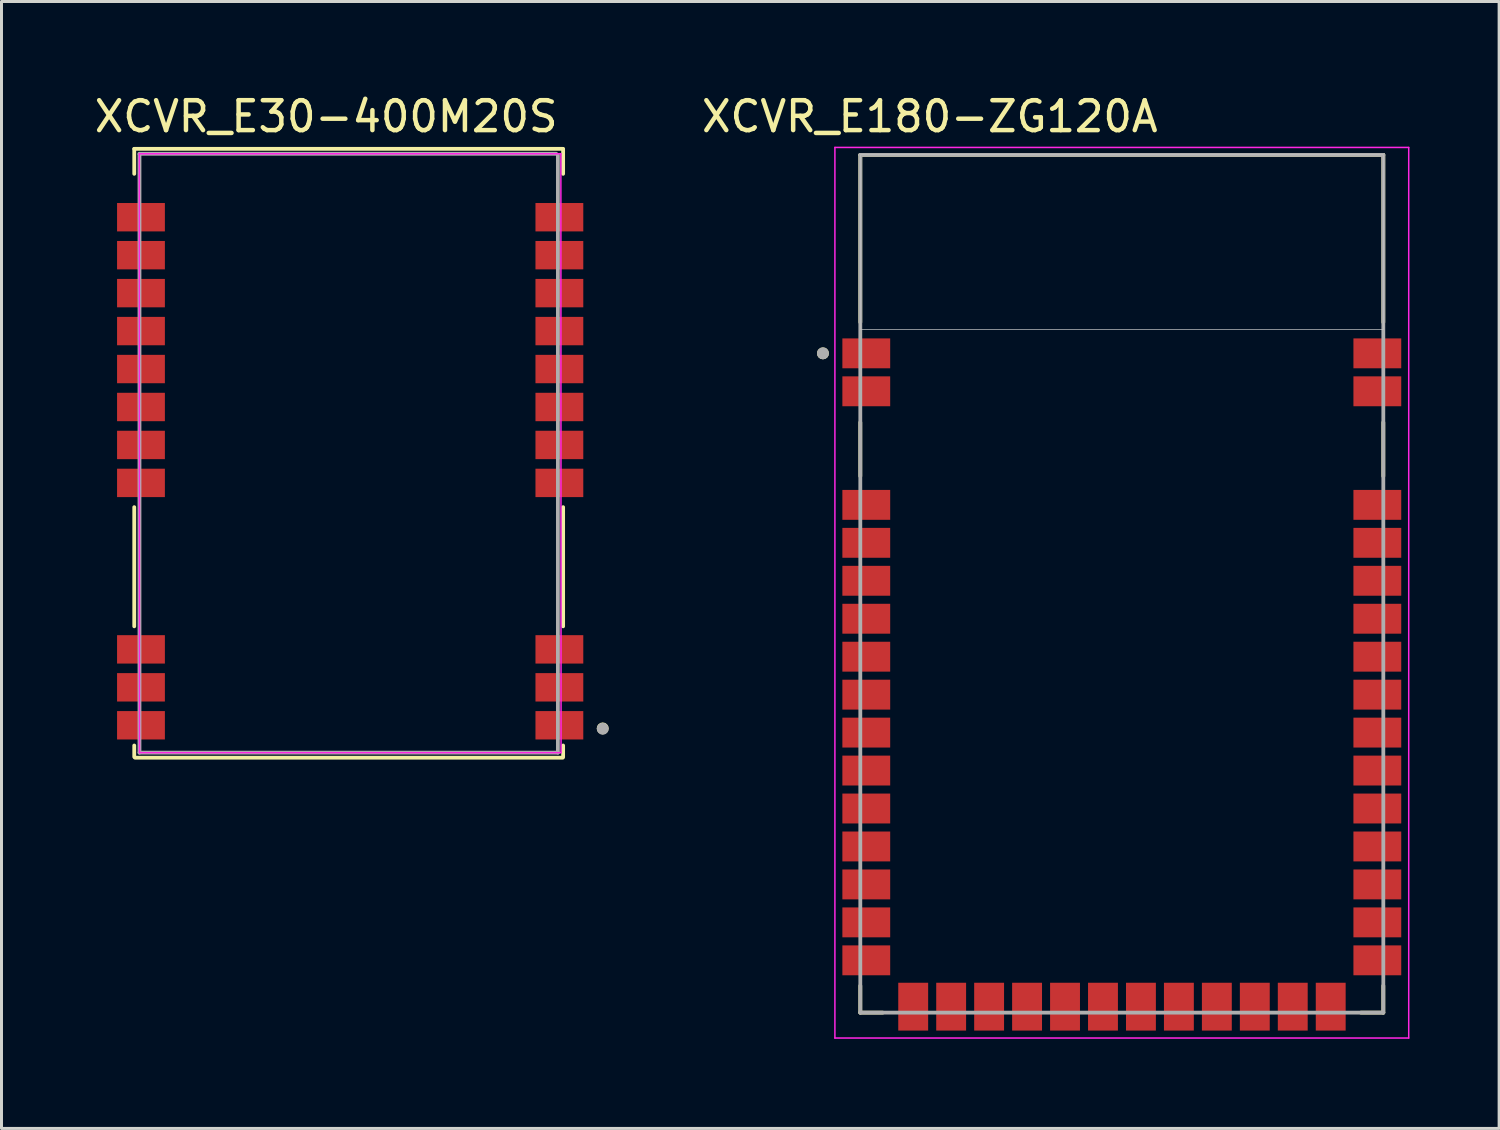
<source format=kicad_pcb>
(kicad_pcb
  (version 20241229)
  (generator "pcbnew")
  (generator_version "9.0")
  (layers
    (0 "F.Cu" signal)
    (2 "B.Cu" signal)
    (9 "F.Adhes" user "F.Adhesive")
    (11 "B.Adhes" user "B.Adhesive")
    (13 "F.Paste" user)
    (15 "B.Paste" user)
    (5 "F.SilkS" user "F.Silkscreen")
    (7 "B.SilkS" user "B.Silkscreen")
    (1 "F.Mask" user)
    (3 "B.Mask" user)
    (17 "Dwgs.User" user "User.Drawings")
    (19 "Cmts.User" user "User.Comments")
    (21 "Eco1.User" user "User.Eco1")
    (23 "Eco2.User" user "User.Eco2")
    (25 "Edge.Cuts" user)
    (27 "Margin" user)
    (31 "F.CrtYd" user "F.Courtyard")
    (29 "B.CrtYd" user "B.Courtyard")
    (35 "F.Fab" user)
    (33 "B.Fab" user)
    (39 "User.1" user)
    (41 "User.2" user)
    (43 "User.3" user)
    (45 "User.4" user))
  (footprint "XCVR_E30-400M20S"
    (layer "F.Cu")
    (at 8.617 2.134)
    (property "Reference" "XCVR_E30-400M20S" (at -0.754 -1.286 0) (layer "F.SilkS") (effects (font (size 1 1) (thickness 0.15))))
    (attr through_hole)
    (fp_line (start -7.175 -0.203) (end -7.175 0.632) (stroke (width 0.127) (type solid)) (layer "F.SilkS"))
    (fp_line (start -7.175 15.773) (end -7.175 11.786) (stroke (width 0.127) (type solid)) (layer "F.SilkS"))
    (fp_line (start -7.175 20.141) (end -7.175 19.761) (stroke (width 0.127) (type solid)) (layer "F.SilkS"))
    (fp_line (start 7.163 -0.203) (end -7.175 -0.203) (stroke (width 0.127) (type solid)) (layer "F.SilkS"))
    (fp_line (start 7.163 20.168) (end -7.15 20.168) (stroke (width 0.127) (type solid)) (layer "F.SilkS"))
    (fp_line (start 7.175 -0.203) (end 7.175 0.632) (stroke (width 0.127) (type solid)) (layer "F.SilkS"))
    (fp_line (start 7.175 15.773) (end 7.175 11.786) (stroke (width 0.127) (type solid)) (layer "F.SilkS"))
    (fp_line (start 7.175 20.141) (end 7.175 19.761) (stroke (width 0.127) (type solid)) (layer "F.SilkS"))
    (fp_circle (center 8.5 19.189) (end 8.6 19.189) (stroke (width 0.2) (type solid)) (fill no) (layer "F.SilkS"))
    (fp_line (start -7 20) (end -7.006 -0.039) (stroke (width 0.05) (type solid)) (layer "F.CrtYd"))
    (fp_line (start -7 20) (end 7.106 20) (stroke (width 0.05) (type solid)) (layer "F.CrtYd"))
    (fp_line (start 7.1 -0.039) (end -7.006 -0.039) (stroke (width 0.05) (type solid)) (layer "F.CrtYd"))
    (fp_line (start 7.106 20) (end 7.1 -0.039) (stroke (width 0.05) (type solid)) (layer "F.CrtYd"))
    (fp_line (start -7 0) (end -7 20) (stroke (width 0.127) (type solid)) (layer "F.Fab"))
    (fp_line (start -7 20) (end 7 20) (stroke (width 0.127) (type solid)) (layer "F.Fab"))
    (fp_line (start 6.943 -0.039) (end -7.006 -0.039) (stroke (width 0.127) (type solid)) (layer "F.Fab"))
    (fp_line (start 7 20) (end 7 0) (stroke (width 0.127) (type solid)) (layer "F.Fab"))
    (fp_circle (center 8.5 19.2) (end 8.6 19.2) (stroke (width 0.2) (type solid)) (fill no) (layer "F.Fab"))
    (pad "1" smd rect (at 7.05 19.084) (size 1.6 0.95) (layers "F.Cu" "F.Mask" "F.Paste"))
    (pad "2" smd rect (at 7.05 17.814) (size 1.6 0.95) (layers "F.Cu" "F.Mask" "F.Paste"))
    (pad "3" smd rect (at 7.05 16.544) (size 1.6 0.95) (layers "F.Cu" "F.Mask" "F.Paste"))
    (pad "4" smd rect (at 7.05 10.974) (size 1.6 0.95) (layers "F.Cu" "F.Mask" "F.Paste"))
    (pad "5" smd rect (at 7.05 9.704) (size 1.6 0.95) (layers "F.Cu" "F.Mask" "F.Paste"))
    (pad "6" smd rect (at 7.05 8.434) (size 1.6 0.95) (layers "F.Cu" "F.Mask" "F.Paste"))
    (pad "7" smd rect (at 7.05 7.164) (size 1.6 0.95) (layers "F.Cu" "F.Mask" "F.Paste"))
    (pad "8" smd rect (at 7.05 5.894) (size 1.6 0.95) (layers "F.Cu" "F.Mask" "F.Paste"))
    (pad "9" smd rect (at 7.05 4.624) (size 1.6 0.95) (layers "F.Cu" "F.Mask" "F.Paste"))
    (pad "10" smd rect (at 7.05 3.354) (size 1.6 0.95) (layers "F.Cu" "F.Mask" "F.Paste"))
    (pad "11" smd rect (at 7.05 2.084) (size 1.6 0.95) (layers "F.Cu" "F.Mask" "F.Paste"))
    (pad "12" smd rect (at -6.95 2.084) (size 1.6 0.95) (layers "F.Cu" "F.Mask" "F.Paste"))
    (pad "13" smd rect (at -6.95 3.354) (size 1.6 0.95) (layers "F.Cu" "F.Mask" "F.Paste"))
    (pad "14" smd rect (at -6.95 4.624) (size 1.6 0.95) (layers "F.Cu" "F.Mask" "F.Paste"))
    (pad "15" smd rect (at -6.95 5.894) (size 1.6 0.95) (layers "F.Cu" "F.Mask" "F.Paste"))
    (pad "16" smd rect (at -6.95 7.164) (size 1.6 0.95) (layers "F.Cu" "F.Mask" "F.Paste"))
    (pad "17" smd rect (at -6.95 8.434) (size 1.6 0.95) (layers "F.Cu" "F.Mask" "F.Paste"))
    (pad "18" smd rect (at -6.95 9.704) (size 1.6 0.95) (layers "F.Cu" "F.Mask" "F.Paste"))
    (pad "19" smd rect (at -6.95 10.974) (size 1.6 0.95) (layers "F.Cu" "F.Mask" "F.Paste"))
    (pad "20" smd rect (at -6.95 16.544) (size 1.6 0.95) (layers "F.Cu" "F.Mask" "F.Paste"))
    (pad "21" smd rect (at -6.95 17.814) (size 1.6 0.95) (layers "F.Cu" "F.Mask" "F.Paste"))
    (pad "22" smd rect (at -6.95 19.084) (size 1.6 0.95) (layers "F.Cu" "F.Mask" "F.Paste")))
  (footprint "XCVR_E180-ZG120A"
    (layer "F.Cu")
    (at 34.486 16.483)
    (property "Reference" "XCVR_E180-ZG120A" (at -6.425 -15.635 0) (layer "F.SilkS") (effects (font (size 1 1) (thickness 0.15))))
    (attr through_hole)
    (fp_line (start -8.75 -14.35) (end 8.75 -14.35) (stroke (width 0.127) (type solid)) (layer "F.SilkS"))
    (fp_line (start -8.75 -8.75) (end -8.75 -14.35) (stroke (width 0.127) (type solid)) (layer "F.SilkS"))
    (fp_line (start -8.75 -5.4) (end -8.75 -3.6) (stroke (width 0.127) (type solid)) (layer "F.SilkS"))
    (fp_line (start -8.75 14.35) (end -8.75 13.45) (stroke (width 0.127) (type solid)) (layer "F.SilkS"))
    (fp_line (start -8 14.35) (end -8.75 14.35) (stroke (width 0.127) (type solid)) (layer "F.SilkS"))
    (fp_line (start 8 14.35) (end 8.75 14.35) (stroke (width 0.127) (type solid)) (layer "F.SilkS"))
    (fp_line (start 8.75 -14.35) (end 8.75 -8.75) (stroke (width 0.127) (type solid)) (layer "F.SilkS"))
    (fp_line (start 8.75 -5.4) (end 8.75 -3.6) (stroke (width 0.127) (type solid)) (layer "F.SilkS"))
    (fp_line (start 8.75 14.35) (end 8.75 13.45) (stroke (width 0.127) (type solid)) (layer "F.SilkS"))
    (fp_circle (center -10 -7.71) (end -9.9 -7.71) (stroke (width 0.2) (type solid)) (fill no) (layer "F.SilkS"))
    (fp_poly (pts (xy -8.75 -14.35) (xy 8.75 -14.35) (xy 8.75 -8.51) (xy -8.75 -8.51)) (stroke (width 0.01) (type solid)) (fill no) (layer "Dwgs.User"))
    (fp_poly (pts (xy -8.75 -14.35) (xy 8.75 -14.35) (xy 8.75 -8.51) (xy -8.75 -8.51)) (stroke (width 0.01) (type solid)) (fill no) (layer "Dwgs.User"))
    (fp_poly (pts (xy -8.75 -14.35) (xy 8.75 -14.35) (xy 8.75 -8.51) (xy -8.75 -8.51)) (stroke (width 0.01) (type solid)) (fill no) (layer "Dwgs.User"))
    (fp_line (start -9.6 -14.6) (end -9.6 15.2) (stroke (width 0.05) (type solid)) (layer "F.CrtYd"))
    (fp_line (start -9.6 15.2) (end 9.6 15.2) (stroke (width 0.05) (type solid)) (layer "F.CrtYd"))
    (fp_line (start 9.6 -14.6) (end -9.6 -14.6) (stroke (width 0.05) (type solid)) (layer "F.CrtYd"))
    (fp_line (start 9.6 15.2) (end 9.6 -14.6) (stroke (width 0.05) (type solid)) (layer "F.CrtYd"))
    (fp_line (start -8.75 -14.35) (end -8.75 14.35) (stroke (width 0.127) (type solid)) (layer "F.Fab"))
    (fp_line (start -8.75 14.35) (end 8.75 14.35) (stroke (width 0.127) (type solid)) (layer "F.Fab"))
    (fp_line (start 8.75 -14.35) (end -8.75 -14.35) (stroke (width 0.127) (type solid)) (layer "F.Fab"))
    (fp_line (start 8.75 14.35) (end 8.75 -14.35) (stroke (width 0.127) (type solid)) (layer "F.Fab"))
    (fp_circle (center -10 -7.71) (end -9.9 -7.71) (stroke (width 0.2) (type solid)) (fill no) (layer "F.Fab"))
    (pad "1" smd rect (at -8.55 -7.71) (size 1.6 1) (layers "F.Cu" "F.Mask" "F.Paste"))
    (pad "2" smd rect (at -8.55 -6.44) (size 1.6 1) (layers "F.Cu" "F.Mask" "F.Paste"))
    (pad "3" smd rect (at -8.55 -2.64) (size 1.6 1) (layers "F.Cu" "F.Mask" "F.Paste"))
    (pad "4" smd rect (at -8.55 -1.37) (size 1.6 1) (layers "F.Cu" "F.Mask" "F.Paste"))
    (pad "5" smd rect (at -8.55 -0.1) (size 1.6 1) (layers "F.Cu" "F.Mask" "F.Paste"))
    (pad "6" smd rect (at -8.55 1.17) (size 1.6 1) (layers "F.Cu" "F.Mask" "F.Paste"))
    (pad "7" smd rect (at -8.55 2.44) (size 1.6 1) (layers "F.Cu" "F.Mask" "F.Paste"))
    (pad "8" smd rect (at -8.55 3.71) (size 1.6 1) (layers "F.Cu" "F.Mask" "F.Paste"))
    (pad "9" smd rect (at -8.55 4.98) (size 1.6 1) (layers "F.Cu" "F.Mask" "F.Paste"))
    (pad "10" smd rect (at -8.55 6.25) (size 1.6 1) (layers "F.Cu" "F.Mask" "F.Paste"))
    (pad "11" smd rect (at -8.55 7.52) (size 1.6 1) (layers "F.Cu" "F.Mask" "F.Paste"))
    (pad "12" smd rect (at -8.55 8.79) (size 1.6 1) (layers "F.Cu" "F.Mask" "F.Paste"))
    (pad "13" smd rect (at -8.55 10.06) (size 1.6 1) (layers "F.Cu" "F.Mask" "F.Paste"))
    (pad "14" smd rect (at -8.55 11.33) (size 1.6 1) (layers "F.Cu" "F.Mask" "F.Paste"))
    (pad "15" smd rect (at -8.55 12.6) (size 1.6 1) (layers "F.Cu" "F.Mask" "F.Paste"))
    (pad "16" smd rect (at -6.98 14.15) (size 1 1.6) (layers "F.Cu" "F.Mask" "F.Paste"))
    (pad "17" smd rect (at -5.71 14.15) (size 1 1.6) (layers "F.Cu" "F.Mask" "F.Paste"))
    (pad "18" smd rect (at -4.44 14.15) (size 1 1.6) (layers "F.Cu" "F.Mask" "F.Paste"))
    (pad "19" smd rect (at -3.17 14.15) (size 1 1.6) (layers "F.Cu" "F.Mask" "F.Paste"))
    (pad "20" smd rect (at -1.9 14.15) (size 1 1.6) (layers "F.Cu" "F.Mask" "F.Paste"))
    (pad "21" smd rect (at -0.63 14.15) (size 1 1.6) (layers "F.Cu" "F.Mask" "F.Paste"))
    (pad "22" smd rect (at 0.64 14.15) (size 1 1.6) (layers "F.Cu" "F.Mask" "F.Paste"))
    (pad "23" smd rect (at 1.91 14.15) (size 1 1.6) (layers "F.Cu" "F.Mask" "F.Paste"))
    (pad "24" smd rect (at 3.18 14.15) (size 1 1.6) (layers "F.Cu" "F.Mask" "F.Paste"))
    (pad "25" smd rect (at 4.45 14.15) (size 1 1.6) (layers "F.Cu" "F.Mask" "F.Paste"))
    (pad "26" smd rect (at 5.72 14.15) (size 1 1.6) (layers "F.Cu" "F.Mask" "F.Paste"))
    (pad "27" smd rect (at 6.99 14.15) (size 1 1.6) (layers "F.Cu" "F.Mask" "F.Paste"))
    (pad "28" smd rect (at 8.55 12.6) (size 1.6 1) (layers "F.Cu" "F.Mask" "F.Paste"))
    (pad "29" smd rect (at 8.55 11.33) (size 1.6 1) (layers "F.Cu" "F.Mask" "F.Paste"))
    (pad "30" smd rect (at 8.55 10.06) (size 1.6 1) (layers "F.Cu" "F.Mask" "F.Paste"))
    (pad "31" smd rect (at 8.55 8.79) (size 1.6 1) (layers "F.Cu" "F.Mask" "F.Paste"))
    (pad "32" smd rect (at 8.55 7.52) (size 1.6 1) (layers "F.Cu" "F.Mask" "F.Paste"))
    (pad "33" smd rect (at 8.55 6.25) (size 1.6 1) (layers "F.Cu" "F.Mask" "F.Paste"))
    (pad "34" smd rect (at 8.55 4.98) (size 1.6 1) (layers "F.Cu" "F.Mask" "F.Paste"))
    (pad "35" smd rect (at 8.55 3.71) (size 1.6 1) (layers "F.Cu" "F.Mask" "F.Paste"))
    (pad "36" smd rect (at 8.55 2.44) (size 1.6 1) (layers "F.Cu" "F.Mask" "F.Paste"))
    (pad "37" smd rect (at 8.55 1.17) (size 1.6 1) (layers "F.Cu" "F.Mask" "F.Paste"))
    (pad "38" smd rect (at 8.55 -0.1) (size 1.6 1) (layers "F.Cu" "F.Mask" "F.Paste"))
    (pad "39" smd rect (at 8.55 -1.37) (size 1.6 1) (layers "F.Cu" "F.Mask" "F.Paste"))
    (pad "40" smd rect (at 8.55 -2.64) (size 1.6 1) (layers "F.Cu" "F.Mask" "F.Paste"))
    (pad "41" smd rect (at 8.55 -6.44) (size 1.6 1) (layers "F.Cu" "F.Mask" "F.Paste"))
    (pad "42" smd rect (at 8.55 -7.71) (size 1.6 1) (layers "F.Cu" "F.Mask" "F.Paste")))
  (gr_rect
    (start -3 -3)
    (end 47.111 34.708)
    (stroke (width 0.1) (type default))
    (fill no)
    (layer "Edge.Cuts")))
</source>
